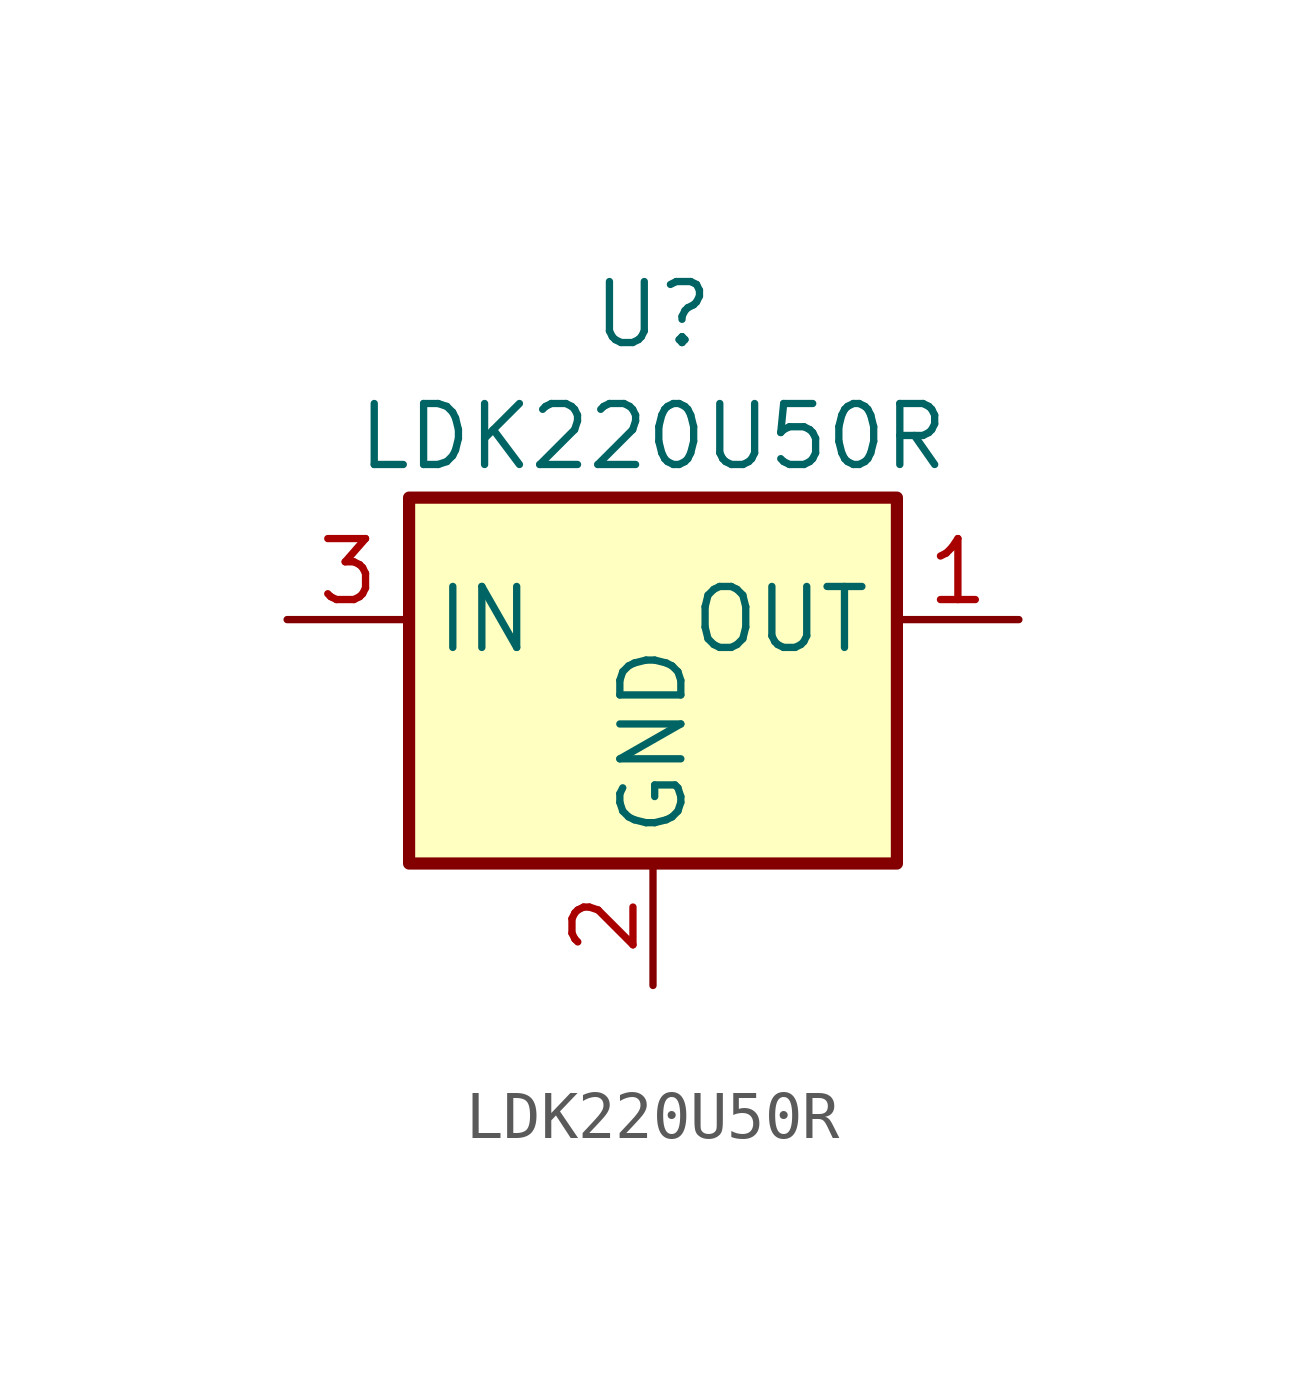
<source format=kicad_sym>
(kicad_symbol_lib
  (version 20211014)
  (generator kicad_symbol_editor)
  (symbol "LDK220U50R"
    (property "Reference" "U"
      (at 0 7.62 0)
      (effects (font (size 1.27 1.27))))
    (property "Value" "LDK220U50R"
      (at 0 5.08 0)
      (effects (font (size 1.27 1.27))))
    (symbol "LDK220U50R_1_1"
      (rectangle (start -5.08 3.81) (end 5.08 -3.81) (stroke (width 0.254) (type default) (color 0 0 0 0)) (fill (type background)))
      (pin output line (at 7.62 1.27 180) (length 2.54) (name "OUT" (effects (font (size 1.27 1.27)))) (number "1" (effects (font (size 1.27 1.27)))))
      (pin power_out line (at 0 -6.35 90) (length 2.54) (name "GND" (effects (font (size 1.27 1.27)))) (number "2" (effects (font (size 1.27 1.27)))))
      (pin input line (at -7.62 1.27 0) (length 2.54) (name "IN" (effects (font (size 1.27 1.27)))) (number "3" (effects (font (size 1.27 1.27))))))))
</source>
